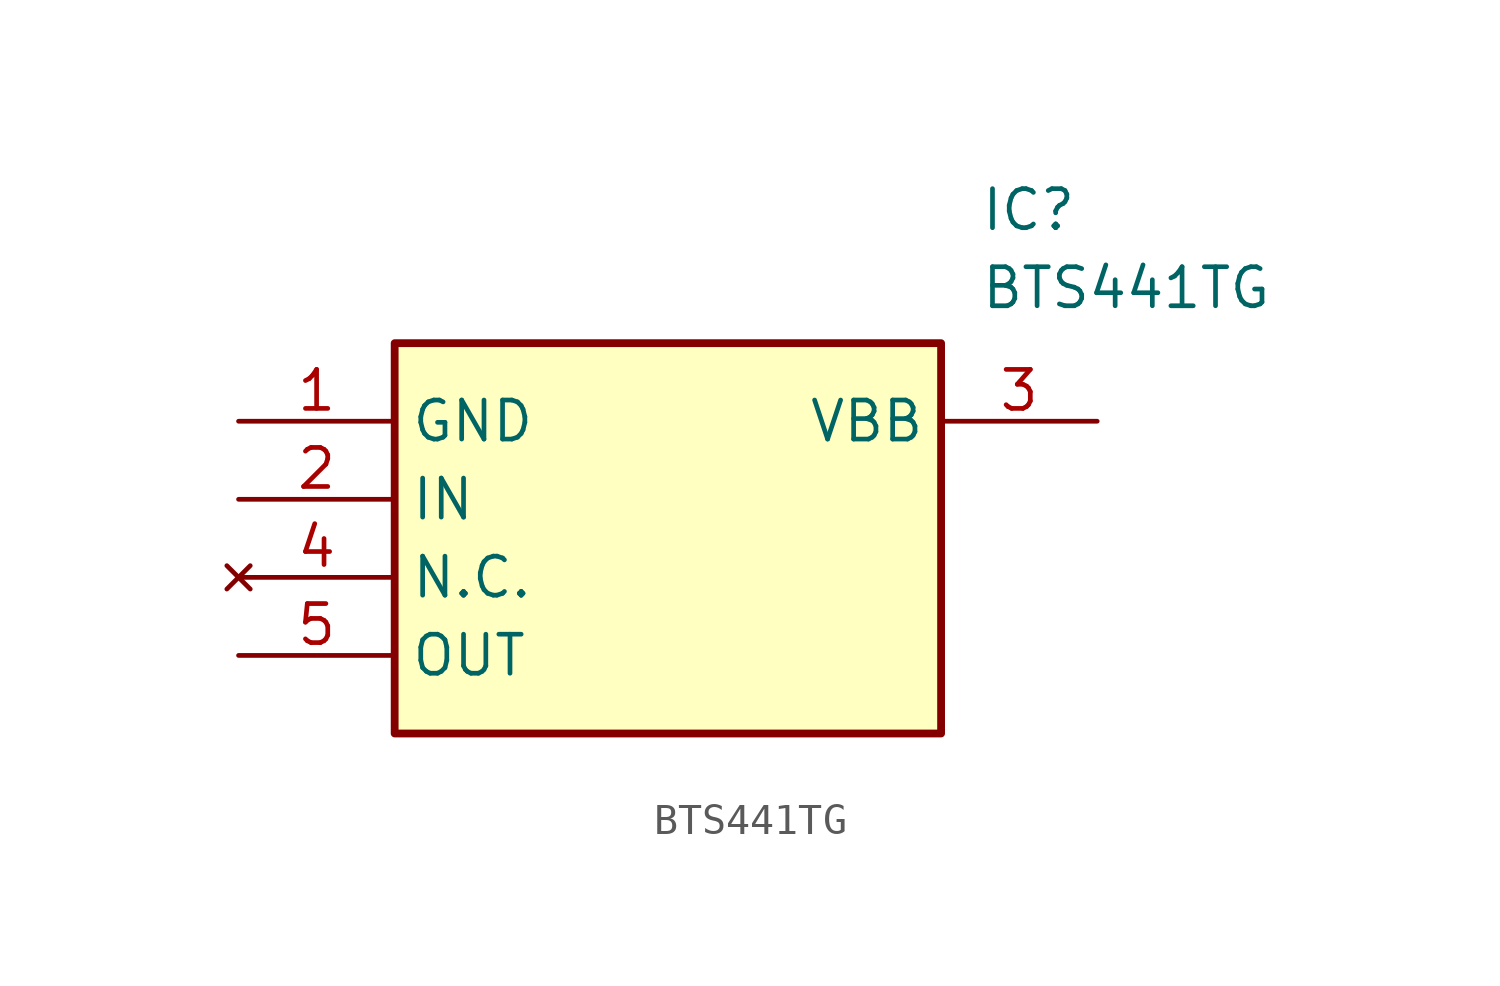
<source format=kicad_sym>
(kicad_symbol_lib
  (version 20211014)
  (generator SamacSys_ECAD_Model)
  (symbol "BTS441TG"
    (property "Reference" "IC"
      (at 24.13 7.62 0)
      (effects (font (size 1.27 1.27)) (justify left top)))
    (property "Value" "BTS441TG"
      (at 24.13 5.08 0)
      (effects (font (size 1.27 1.27)) (justify left top)))
    (rectangle
      (start 5.08 2.54)
      (end 22.86 -10.16)
      (stroke (width 0.254) (type default))
      (fill (type background)))
    (pin passive line
      (at 0 0 0)
      (length 5.08)
      (name "GND" (effects (font (size 1.27 1.27))))
      (number "1" (effects (font (size 1.27 1.27)))))
    (pin passive line
      (at 0 -2.54 0)
      (length 5.08)
      (name "IN" (effects (font (size 1.27 1.27))))
      (number "2" (effects (font (size 1.27 1.27)))))
    (pin passive line
      (at 27.94 0 180)
      (length 5.08)
      (name "VBB" (effects (font (size 1.27 1.27))))
      (number "3" (effects (font (size 1.27 1.27)))))
    (pin no_connect line
      (at 0 -5.08 0)
      (length 5.08)
      (name "N.C." (effects (font (size 1.27 1.27))))
      (number "4" (effects (font (size 1.27 1.27)))))
    (pin passive line
      (at 0 -7.62 0)
      (length 5.08)
      (name "OUT" (effects (font (size 1.27 1.27))))
      (number "5" (effects (font (size 1.27 1.27)))))))
</source>
